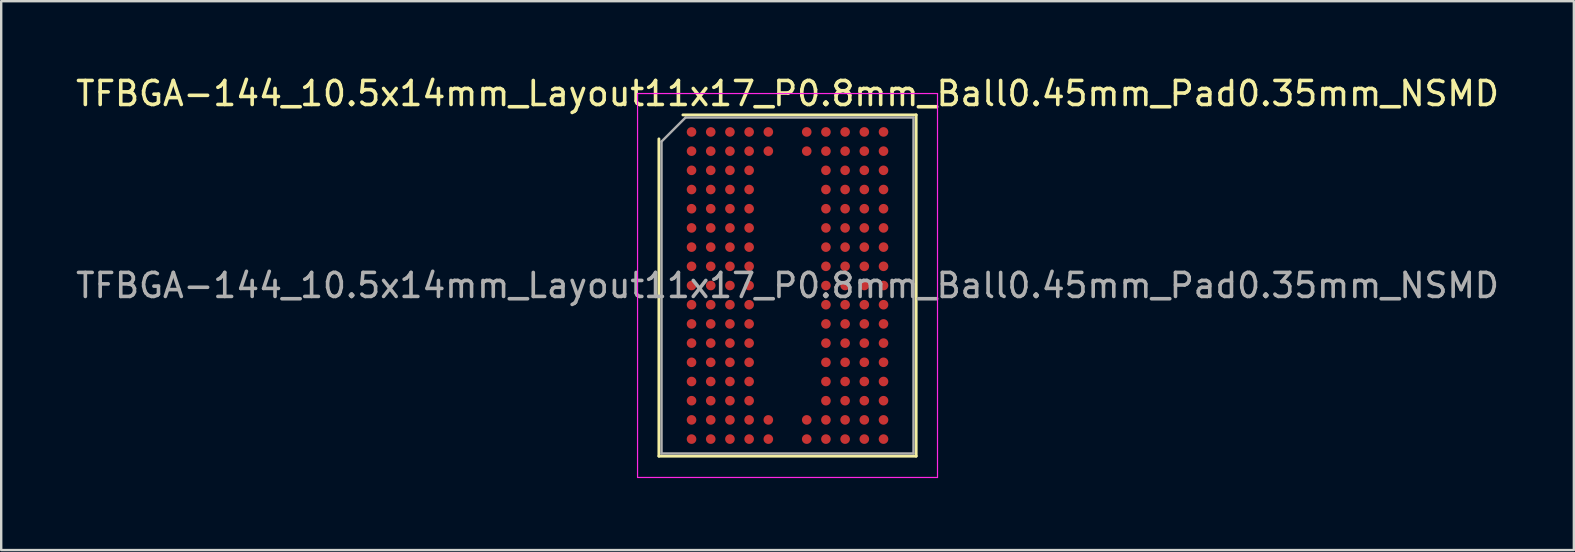
<source format=kicad_pcb>
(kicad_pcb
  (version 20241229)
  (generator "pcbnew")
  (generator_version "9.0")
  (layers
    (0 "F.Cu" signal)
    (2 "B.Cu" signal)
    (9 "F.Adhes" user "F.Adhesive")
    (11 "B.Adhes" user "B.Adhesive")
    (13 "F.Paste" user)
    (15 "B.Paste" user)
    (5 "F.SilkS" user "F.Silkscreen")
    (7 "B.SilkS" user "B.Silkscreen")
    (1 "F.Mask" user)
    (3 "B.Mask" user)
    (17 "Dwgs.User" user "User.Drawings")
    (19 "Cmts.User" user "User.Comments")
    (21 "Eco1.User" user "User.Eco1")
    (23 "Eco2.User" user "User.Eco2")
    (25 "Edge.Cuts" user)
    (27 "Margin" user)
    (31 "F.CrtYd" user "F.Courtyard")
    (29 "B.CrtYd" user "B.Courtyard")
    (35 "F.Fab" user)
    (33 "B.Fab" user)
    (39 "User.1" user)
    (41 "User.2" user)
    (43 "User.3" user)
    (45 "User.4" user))
  (footprint "TFBGA-144_10.5x14mm_Layout11x17_P0.8mm_Ball0.45mm_Pad0.35mm_NSMD"
    (layer "F.Cu")
    (at 29.768 8.848)
    (property "Reference" "TFBGA-144_10.5x14mm_Layout11x17_P0.8mm_Ball0.45mm_Pad0.35mm_NSMD" (at 0 -8 0) (layer "F.SilkS") (effects (font (size 1 1) (thickness 0.15))))
    (attr smd)
    (fp_line (start -5.36 7.11) (end -5.36 -6.11) (stroke (width 0.12) (type solid)) (layer "F.SilkS"))
    (fp_line (start -4.36 -7.11) (end 5.36 -7.11) (stroke (width 0.12) (type solid)) (layer "F.SilkS"))
    (fp_line (start 5.36 -7.11) (end 5.36 7.11) (stroke (width 0.12) (type solid)) (layer "F.SilkS"))
    (fp_line (start 5.36 7.11) (end -5.36 7.11) (stroke (width 0.12) (type solid)) (layer "F.SilkS"))
    (fp_line (start -6.25 -8) (end -6.25 8) (stroke (width 0.05) (type solid)) (layer "F.CrtYd"))
    (fp_line (start -6.25 8) (end 6.25 8) (stroke (width 0.05) (type solid)) (layer "F.CrtYd"))
    (fp_line (start 6.25 -8) (end -6.25 -8) (stroke (width 0.05) (type solid)) (layer "F.CrtYd"))
    (fp_line (start 6.25 8) (end 6.25 -8) (stroke (width 0.05) (type solid)) (layer "F.CrtYd"))
    (fp_line (start -5.25 -6) (end -4.25 -7) (stroke (width 0.1) (type solid)) (layer "F.Fab"))
    (fp_line (start -5.25 7) (end -5.25 -6) (stroke (width 0.1) (type solid)) (layer "F.Fab"))
    (fp_line (start -4.25 -7) (end 5.25 -7) (stroke (width 0.1) (type solid)) (layer "F.Fab"))
    (fp_line (start 5.25 -7) (end 5.25 7) (stroke (width 0.1) (type solid)) (layer "F.Fab"))
    (fp_line (start 5.25 7) (end -5.25 7) (stroke (width 0.1) (type solid)) (layer "F.Fab"))
    (fp_text user "${REFERENCE}" (at 0 0 0) (layer "F.Fab") (effects (font (size 1 1) (thickness 0.15))))
    (pad "A1" smd circle (at -4 -6.4) (size 0.4 0.4) (layers "F.Cu" "F.Mask" "F.Paste"))
    (pad "A2" smd circle (at -3.2 -6.4) (size 0.4 0.4) (layers "F.Cu" "F.Mask" "F.Paste"))
    (pad "A3" smd circle (at -2.4 -6.4) (size 0.4 0.4) (layers "F.Cu" "F.Mask" "F.Paste"))
    (pad "A4" smd circle (at -1.6 -6.4) (size 0.4 0.4) (layers "F.Cu" "F.Mask" "F.Paste"))
    (pad "A5" smd circle (at -0.8 -6.4) (size 0.4 0.4) (layers "F.Cu" "F.Mask" "F.Paste"))
    (pad "A7" smd circle (at 0.8 -6.4) (size 0.4 0.4) (layers "F.Cu" "F.Mask" "F.Paste"))
    (pad "A8" smd circle (at 1.6 -6.4) (size 0.4 0.4) (layers "F.Cu" "F.Mask" "F.Paste"))
    (pad "A9" smd circle (at 2.4 -6.4) (size 0.4 0.4) (layers "F.Cu" "F.Mask" "F.Paste"))
    (pad "A10" smd circle (at 3.2 -6.4) (size 0.4 0.4) (layers "F.Cu" "F.Mask" "F.Paste"))
    (pad "A11" smd circle (at 4 -6.4) (size 0.4 0.4) (layers "F.Cu" "F.Mask" "F.Paste"))
    (pad "B1" smd circle (at -4 -5.6) (size 0.4 0.4) (layers "F.Cu" "F.Mask" "F.Paste"))
    (pad "B2" smd circle (at -3.2 -5.6) (size 0.4 0.4) (layers "F.Cu" "F.Mask" "F.Paste"))
    (pad "B3" smd circle (at -2.4 -5.6) (size 0.4 0.4) (layers "F.Cu" "F.Mask" "F.Paste"))
    (pad "B4" smd circle (at -1.6 -5.6) (size 0.4 0.4) (layers "F.Cu" "F.Mask" "F.Paste"))
    (pad "B5" smd circle (at -0.8 -5.6) (size 0.4 0.4) (layers "F.Cu" "F.Mask" "F.Paste"))
    (pad "B7" smd circle (at 0.8 -5.6) (size 0.4 0.4) (layers "F.Cu" "F.Mask" "F.Paste"))
    (pad "B8" smd circle (at 1.6 -5.6) (size 0.4 0.4) (layers "F.Cu" "F.Mask" "F.Paste"))
    (pad "B9" smd circle (at 2.4 -5.6) (size 0.4 0.4) (layers "F.Cu" "F.Mask" "F.Paste"))
    (pad "B10" smd circle (at 3.2 -5.6) (size 0.4 0.4) (layers "F.Cu" "F.Mask" "F.Paste"))
    (pad "B11" smd circle (at 4 -5.6) (size 0.4 0.4) (layers "F.Cu" "F.Mask" "F.Paste"))
    (pad "C1" smd circle (at -4 -4.8) (size 0.4 0.4) (layers "F.Cu" "F.Mask" "F.Paste"))
    (pad "C2" smd circle (at -3.2 -4.8) (size 0.4 0.4) (layers "F.Cu" "F.Mask" "F.Paste"))
    (pad "C3" smd circle (at -2.4 -4.8) (size 0.4 0.4) (layers "F.Cu" "F.Mask" "F.Paste"))
    (pad "C4" smd circle (at -1.6 -4.8) (size 0.4 0.4) (layers "F.Cu" "F.Mask" "F.Paste"))
    (pad "C8" smd circle (at 1.6 -4.8) (size 0.4 0.4) (layers "F.Cu" "F.Mask" "F.Paste"))
    (pad "C9" smd circle (at 2.4 -4.8) (size 0.4 0.4) (layers "F.Cu" "F.Mask" "F.Paste"))
    (pad "C10" smd circle (at 3.2 -4.8) (size 0.4 0.4) (layers "F.Cu" "F.Mask" "F.Paste"))
    (pad "C11" smd circle (at 4 -4.8) (size 0.4 0.4) (layers "F.Cu" "F.Mask" "F.Paste"))
    (pad "D1" smd circle (at -4 -4) (size 0.4 0.4) (layers "F.Cu" "F.Mask" "F.Paste"))
    (pad "D2" smd circle (at -3.2 -4) (size 0.4 0.4) (layers "F.Cu" "F.Mask" "F.Paste"))
    (pad "D3" smd circle (at -2.4 -4) (size 0.4 0.4) (layers "F.Cu" "F.Mask" "F.Paste"))
    (pad "D4" smd circle (at -1.6 -4) (size 0.4 0.4) (layers "F.Cu" "F.Mask" "F.Paste"))
    (pad "D8" smd circle (at 1.6 -4) (size 0.4 0.4) (layers "F.Cu" "F.Mask" "F.Paste"))
    (pad "D9" smd circle (at 2.4 -4) (size 0.4 0.4) (layers "F.Cu" "F.Mask" "F.Paste"))
    (pad "D10" smd circle (at 3.2 -4) (size 0.4 0.4) (layers "F.Cu" "F.Mask" "F.Paste"))
    (pad "D11" smd circle (at 4 -4) (size 0.4 0.4) (layers "F.Cu" "F.Mask" "F.Paste"))
    (pad "E1" smd circle (at -4 -3.2) (size 0.4 0.4) (layers "F.Cu" "F.Mask" "F.Paste"))
    (pad "E2" smd circle (at -3.2 -3.2) (size 0.4 0.4) (layers "F.Cu" "F.Mask" "F.Paste"))
    (pad "E3" smd circle (at -2.4 -3.2) (size 0.4 0.4) (layers "F.Cu" "F.Mask" "F.Paste"))
    (pad "E4" smd circle (at -1.6 -3.2) (size 0.4 0.4) (layers "F.Cu" "F.Mask" "F.Paste"))
    (pad "E8" smd circle (at 1.6 -3.2) (size 0.4 0.4) (layers "F.Cu" "F.Mask" "F.Paste"))
    (pad "E9" smd circle (at 2.4 -3.2) (size 0.4 0.4) (layers "F.Cu" "F.Mask" "F.Paste"))
    (pad "E10" smd circle (at 3.2 -3.2) (size 0.4 0.4) (layers "F.Cu" "F.Mask" "F.Paste"))
    (pad "E11" smd circle (at 4 -3.2) (size 0.4 0.4) (layers "F.Cu" "F.Mask" "F.Paste"))
    (pad "F1" smd circle (at -4 -2.4) (size 0.4 0.4) (layers "F.Cu" "F.Mask" "F.Paste"))
    (pad "F2" smd circle (at -3.2 -2.4) (size 0.4 0.4) (layers "F.Cu" "F.Mask" "F.Paste"))
    (pad "F3" smd circle (at -2.4 -2.4) (size 0.4 0.4) (layers "F.Cu" "F.Mask" "F.Paste"))
    (pad "F4" smd circle (at -1.6 -2.4) (size 0.4 0.4) (layers "F.Cu" "F.Mask" "F.Paste"))
    (pad "F8" smd circle (at 1.6 -2.4) (size 0.4 0.4) (layers "F.Cu" "F.Mask" "F.Paste"))
    (pad "F9" smd circle (at 2.4 -2.4) (size 0.4 0.4) (layers "F.Cu" "F.Mask" "F.Paste"))
    (pad "F10" smd circle (at 3.2 -2.4) (size 0.4 0.4) (layers "F.Cu" "F.Mask" "F.Paste"))
    (pad "F11" smd circle (at 4 -2.4) (size 0.4 0.4) (layers "F.Cu" "F.Mask" "F.Paste"))
    (pad "G1" smd circle (at -4 -1.6) (size 0.4 0.4) (layers "F.Cu" "F.Mask" "F.Paste"))
    (pad "G2" smd circle (at -3.2 -1.6) (size 0.4 0.4) (layers "F.Cu" "F.Mask" "F.Paste"))
    (pad "G3" smd circle (at -2.4 -1.6) (size 0.4 0.4) (layers "F.Cu" "F.Mask" "F.Paste"))
    (pad "G4" smd circle (at -1.6 -1.6) (size 0.4 0.4) (layers "F.Cu" "F.Mask" "F.Paste"))
    (pad "G8" smd circle (at 1.6 -1.6) (size 0.4 0.4) (layers "F.Cu" "F.Mask" "F.Paste"))
    (pad "G9" smd circle (at 2.4 -1.6) (size 0.4 0.4) (layers "F.Cu" "F.Mask" "F.Paste"))
    (pad "G10" smd circle (at 3.2 -1.6) (size 0.4 0.4) (layers "F.Cu" "F.Mask" "F.Paste"))
    (pad "G11" smd circle (at 4 -1.6) (size 0.4 0.4) (layers "F.Cu" "F.Mask" "F.Paste"))
    (pad "H1" smd circle (at -4 -0.8) (size 0.4 0.4) (layers "F.Cu" "F.Mask" "F.Paste"))
    (pad "H2" smd circle (at -3.2 -0.8) (size 0.4 0.4) (layers "F.Cu" "F.Mask" "F.Paste"))
    (pad "H3" smd circle (at -2.4 -0.8) (size 0.4 0.4) (layers "F.Cu" "F.Mask" "F.Paste"))
    (pad "H4" smd circle (at -1.6 -0.8) (size 0.4 0.4) (layers "F.Cu" "F.Mask" "F.Paste"))
    (pad "H8" smd circle (at 1.6 -0.8) (size 0.4 0.4) (layers "F.Cu" "F.Mask" "F.Paste"))
    (pad "H9" smd circle (at 2.4 -0.8) (size 0.4 0.4) (layers "F.Cu" "F.Mask" "F.Paste"))
    (pad "H10" smd circle (at 3.2 -0.8) (size 0.4 0.4) (layers "F.Cu" "F.Mask" "F.Paste"))
    (pad "H11" smd circle (at 4 -0.8) (size 0.4 0.4) (layers "F.Cu" "F.Mask" "F.Paste"))
    (pad "J1" smd circle (at -4 0) (size 0.4 0.4) (layers "F.Cu" "F.Mask" "F.Paste"))
    (pad "J2" smd circle (at -3.2 0) (size 0.4 0.4) (layers "F.Cu" "F.Mask" "F.Paste"))
    (pad "J3" smd circle (at -2.4 0) (size 0.4 0.4) (layers "F.Cu" "F.Mask" "F.Paste"))
    (pad "J4" smd circle (at -1.6 0) (size 0.4 0.4) (layers "F.Cu" "F.Mask" "F.Paste"))
    (pad "J8" smd circle (at 1.6 0) (size 0.4 0.4) (layers "F.Cu" "F.Mask" "F.Paste"))
    (pad "J9" smd circle (at 2.4 0) (size 0.4 0.4) (layers "F.Cu" "F.Mask" "F.Paste"))
    (pad "J10" smd circle (at 3.2 0) (size 0.4 0.4) (layers "F.Cu" "F.Mask" "F.Paste"))
    (pad "J11" smd circle (at 4 0) (size 0.4 0.4) (layers "F.Cu" "F.Mask" "F.Paste"))
    (pad "K1" smd circle (at -4 0.8) (size 0.4 0.4) (layers "F.Cu" "F.Mask" "F.Paste"))
    (pad "K2" smd circle (at -3.2 0.8) (size 0.4 0.4) (layers "F.Cu" "F.Mask" "F.Paste"))
    (pad "K3" smd circle (at -2.4 0.8) (size 0.4 0.4) (layers "F.Cu" "F.Mask" "F.Paste"))
    (pad "K4" smd circle (at -1.6 0.8) (size 0.4 0.4) (layers "F.Cu" "F.Mask" "F.Paste"))
    (pad "K8" smd circle (at 1.6 0.8) (size 0.4 0.4) (layers "F.Cu" "F.Mask" "F.Paste"))
    (pad "K9" smd circle (at 2.4 0.8) (size 0.4 0.4) (layers "F.Cu" "F.Mask" "F.Paste"))
    (pad "K10" smd circle (at 3.2 0.8) (size 0.4 0.4) (layers "F.Cu" "F.Mask" "F.Paste"))
    (pad "K11" smd circle (at 4 0.8) (size 0.4 0.4) (layers "F.Cu" "F.Mask" "F.Paste"))
    (pad "L1" smd circle (at -4 1.6) (size 0.4 0.4) (layers "F.Cu" "F.Mask" "F.Paste"))
    (pad "L2" smd circle (at -3.2 1.6) (size 0.4 0.4) (layers "F.Cu" "F.Mask" "F.Paste"))
    (pad "L3" smd circle (at -2.4 1.6) (size 0.4 0.4) (layers "F.Cu" "F.Mask" "F.Paste"))
    (pad "L4" smd circle (at -1.6 1.6) (size 0.4 0.4) (layers "F.Cu" "F.Mask" "F.Paste"))
    (pad "L8" smd circle (at 1.6 1.6) (size 0.4 0.4) (layers "F.Cu" "F.Mask" "F.Paste"))
    (pad "L9" smd circle (at 2.4 1.6) (size 0.4 0.4) (layers "F.Cu" "F.Mask" "F.Paste"))
    (pad "L10" smd circle (at 3.2 1.6) (size 0.4 0.4) (layers "F.Cu" "F.Mask" "F.Paste"))
    (pad "L11" smd circle (at 4 1.6) (size 0.4 0.4) (layers "F.Cu" "F.Mask" "F.Paste"))
    (pad "M1" smd circle (at -4 2.4) (size 0.4 0.4) (layers "F.Cu" "F.Mask" "F.Paste"))
    (pad "M2" smd circle (at -3.2 2.4) (size 0.4 0.4) (layers "F.Cu" "F.Mask" "F.Paste"))
    (pad "M3" smd circle (at -2.4 2.4) (size 0.4 0.4) (layers "F.Cu" "F.Mask" "F.Paste"))
    (pad "M4" smd circle (at -1.6 2.4) (size 0.4 0.4) (layers "F.Cu" "F.Mask" "F.Paste"))
    (pad "M8" smd circle (at 1.6 2.4) (size 0.4 0.4) (layers "F.Cu" "F.Mask" "F.Paste"))
    (pad "M9" smd circle (at 2.4 2.4) (size 0.4 0.4) (layers "F.Cu" "F.Mask" "F.Paste"))
    (pad "M10" smd circle (at 3.2 2.4) (size 0.4 0.4) (layers "F.Cu" "F.Mask" "F.Paste"))
    (pad "M11" smd circle (at 4 2.4) (size 0.4 0.4) (layers "F.Cu" "F.Mask" "F.Paste"))
    (pad "N1" smd circle (at -4 3.2) (size 0.4 0.4) (layers "F.Cu" "F.Mask" "F.Paste"))
    (pad "N2" smd circle (at -3.2 3.2) (size 0.4 0.4) (layers "F.Cu" "F.Mask" "F.Paste"))
    (pad "N3" smd circle (at -2.4 3.2) (size 0.4 0.4) (layers "F.Cu" "F.Mask" "F.Paste"))
    (pad "N4" smd circle (at -1.6 3.2) (size 0.4 0.4) (layers "F.Cu" "F.Mask" "F.Paste"))
    (pad "N8" smd circle (at 1.6 3.2) (size 0.4 0.4) (layers "F.Cu" "F.Mask" "F.Paste"))
    (pad "N9" smd circle (at 2.4 3.2) (size 0.4 0.4) (layers "F.Cu" "F.Mask" "F.Paste"))
    (pad "N10" smd circle (at 3.2 3.2) (size 0.4 0.4) (layers "F.Cu" "F.Mask" "F.Paste"))
    (pad "N11" smd circle (at 4 3.2) (size 0.4 0.4) (layers "F.Cu" "F.Mask" "F.Paste"))
    (pad "P1" smd circle (at -4 4) (size 0.4 0.4) (layers "F.Cu" "F.Mask" "F.Paste"))
    (pad "P2" smd circle (at -3.2 4) (size 0.4 0.4) (layers "F.Cu" "F.Mask" "F.Paste"))
    (pad "P3" smd circle (at -2.4 4) (size 0.4 0.4) (layers "F.Cu" "F.Mask" "F.Paste"))
    (pad "P4" smd circle (at -1.6 4) (size 0.4 0.4) (layers "F.Cu" "F.Mask" "F.Paste"))
    (pad "P8" smd circle (at 1.6 4) (size 0.4 0.4) (layers "F.Cu" "F.Mask" "F.Paste"))
    (pad "P9" smd circle (at 2.4 4) (size 0.4 0.4) (layers "F.Cu" "F.Mask" "F.Paste"))
    (pad "P10" smd circle (at 3.2 4) (size 0.4 0.4) (layers "F.Cu" "F.Mask" "F.Paste"))
    (pad "P11" smd circle (at 4 4) (size 0.4 0.4) (layers "F.Cu" "F.Mask" "F.Paste"))
    (pad "R1" smd circle (at -4 4.8) (size 0.4 0.4) (layers "F.Cu" "F.Mask" "F.Paste"))
    (pad "R2" smd circle (at -3.2 4.8) (size 0.4 0.4) (layers "F.Cu" "F.Mask" "F.Paste"))
    (pad "R3" smd circle (at -2.4 4.8) (size 0.4 0.4) (layers "F.Cu" "F.Mask" "F.Paste"))
    (pad "R4" smd circle (at -1.6 4.8) (size 0.4 0.4) (layers "F.Cu" "F.Mask" "F.Paste"))
    (pad "R8" smd circle (at 1.6 4.8) (size 0.4 0.4) (layers "F.Cu" "F.Mask" "F.Paste"))
    (pad "R9" smd circle (at 2.4 4.8) (size 0.4 0.4) (layers "F.Cu" "F.Mask" "F.Paste"))
    (pad "R10" smd circle (at 3.2 4.8) (size 0.4 0.4) (layers "F.Cu" "F.Mask" "F.Paste"))
    (pad "R11" smd circle (at 4 4.8) (size 0.4 0.4) (layers "F.Cu" "F.Mask" "F.Paste"))
    (pad "T1" smd circle (at -4 5.6) (size 0.4 0.4) (layers "F.Cu" "F.Mask" "F.Paste"))
    (pad "T2" smd circle (at -3.2 5.6) (size 0.4 0.4) (layers "F.Cu" "F.Mask" "F.Paste"))
    (pad "T3" smd circle (at -2.4 5.6) (size 0.4 0.4) (layers "F.Cu" "F.Mask" "F.Paste"))
    (pad "T4" smd circle (at -1.6 5.6) (size 0.4 0.4) (layers "F.Cu" "F.Mask" "F.Paste"))
    (pad "T5" smd circle (at -0.8 5.6) (size 0.4 0.4) (layers "F.Cu" "F.Mask" "F.Paste"))
    (pad "T7" smd circle (at 0.8 5.6) (size 0.4 0.4) (layers "F.Cu" "F.Mask" "F.Paste"))
    (pad "T8" smd circle (at 1.6 5.6) (size 0.4 0.4) (layers "F.Cu" "F.Mask" "F.Paste"))
    (pad "T9" smd circle (at 2.4 5.6) (size 0.4 0.4) (layers "F.Cu" "F.Mask" "F.Paste"))
    (pad "T10" smd circle (at 3.2 5.6) (size 0.4 0.4) (layers "F.Cu" "F.Mask" "F.Paste"))
    (pad "T11" smd circle (at 4 5.6) (size 0.4 0.4) (layers "F.Cu" "F.Mask" "F.Paste"))
    (pad "U1" smd circle (at -4 6.4) (size 0.4 0.4) (layers "F.Cu" "F.Mask" "F.Paste"))
    (pad "U2" smd circle (at -3.2 6.4) (size 0.4 0.4) (layers "F.Cu" "F.Mask" "F.Paste"))
    (pad "U3" smd circle (at -2.4 6.4) (size 0.4 0.4) (layers "F.Cu" "F.Mask" "F.Paste"))
    (pad "U4" smd circle (at -1.6 6.4) (size 0.4 0.4) (layers "F.Cu" "F.Mask" "F.Paste"))
    (pad "U5" smd circle (at -0.8 6.4) (size 0.4 0.4) (layers "F.Cu" "F.Mask" "F.Paste"))
    (pad "U7" smd circle (at 0.8 6.4) (size 0.4 0.4) (layers "F.Cu" "F.Mask" "F.Paste"))
    (pad "U8" smd circle (at 1.6 6.4) (size 0.4 0.4) (layers "F.Cu" "F.Mask" "F.Paste"))
    (pad "U9" smd circle (at 2.4 6.4) (size 0.4 0.4) (layers "F.Cu" "F.Mask" "F.Paste"))
    (pad "U10" smd circle (at 3.2 6.4) (size 0.4 0.4) (layers "F.Cu" "F.Mask" "F.Paste"))
    (pad "U11" smd circle (at 4 6.4) (size 0.4 0.4) (layers "F.Cu" "F.Mask" "F.Paste")))
  (gr_rect
    (start -3 -3)
    (end 62.536 19.873)
    (stroke (width 0.1) (type default))
    (fill no)
    (layer "Edge.Cuts")))
</source>
